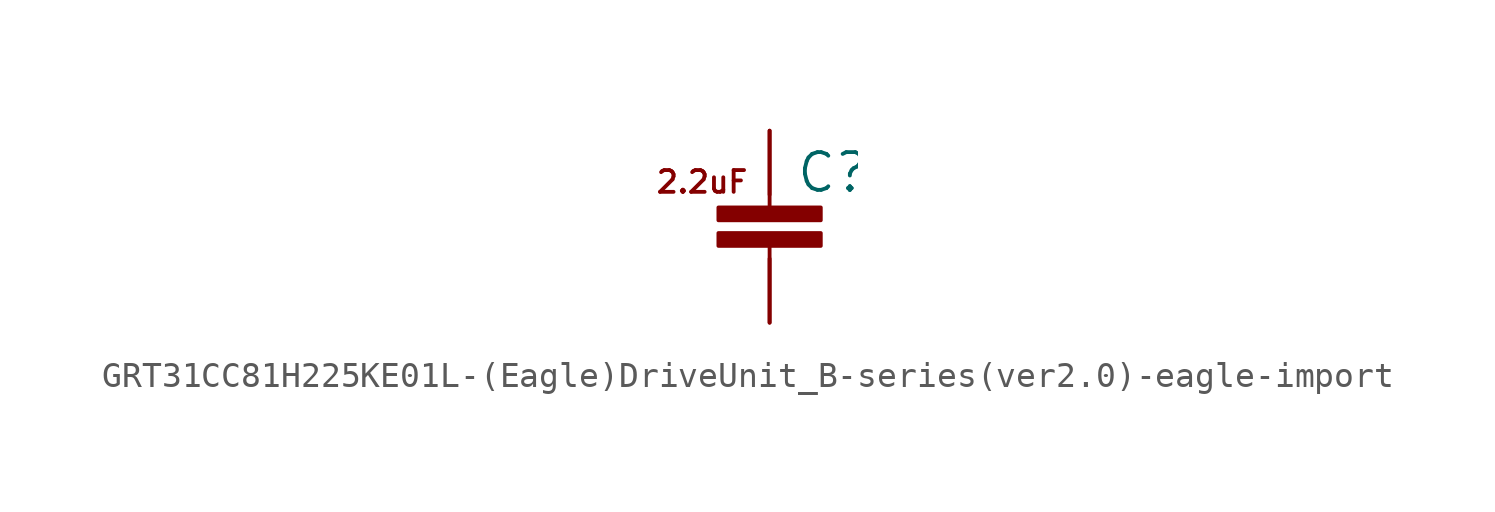
<source format=kicad_sym>
(kicad_symbol_lib
  (version 20220914)
  (generator kicad_symbol_editor)
  (symbol "GRT31CC81H225KE01L-(Eagle)DriveUnit_B-series(ver2.0)-eagle-import"
    (pin_names
      (offset 1.016))
    (property "Reference" "C"
      (at 1.016 0 0)
      (effects (font (size 1.499 1.499)) (justify left bottom)))
    (property "ki_locked" ""
      (at 0 0 0)
      (effects (font (size 1.27 1.27))))
    (symbol "GRT31CC81H225KE01L-(Eagle)DriveUnit_B-series(ver2.0)-eagle-import_1_0"
      (rectangle (start -2.032 -2.032) (end 2.032 -1.524) (stroke (width 0) (type solid)) (fill (type outline)))
      (rectangle (start -2.032 -1.016) (end 2.032 -0.508) (stroke (width 0) (type solid)) (fill (type outline)))
      (polyline (pts (xy 0 -5.08) (xy 0 -2.032)) (stroke (width 0) (type solid)) (fill (type none)))
      (polyline (pts (xy 0 -0.508) (xy 0 2.54)) (stroke (width 0) (type solid)) (fill (type none)))
      (text "2.2uF" (at -4.572 0 0) (effects (font (size 0.864 0.864)) (justify left bottom)))
      (pin bidirectional line (at 0 2.54 270) (length 2.54) (name "P$1" (effects (font (size 0 0)))) (number "P$1" (effects (font (size 0 0)))))
      (pin bidirectional line (at 0 -5.08 90) (length 2.54) (name "P$2" (effects (font (size 0 0)))) (number "P$2" (effects (font (size 0 0))))))))
</source>
